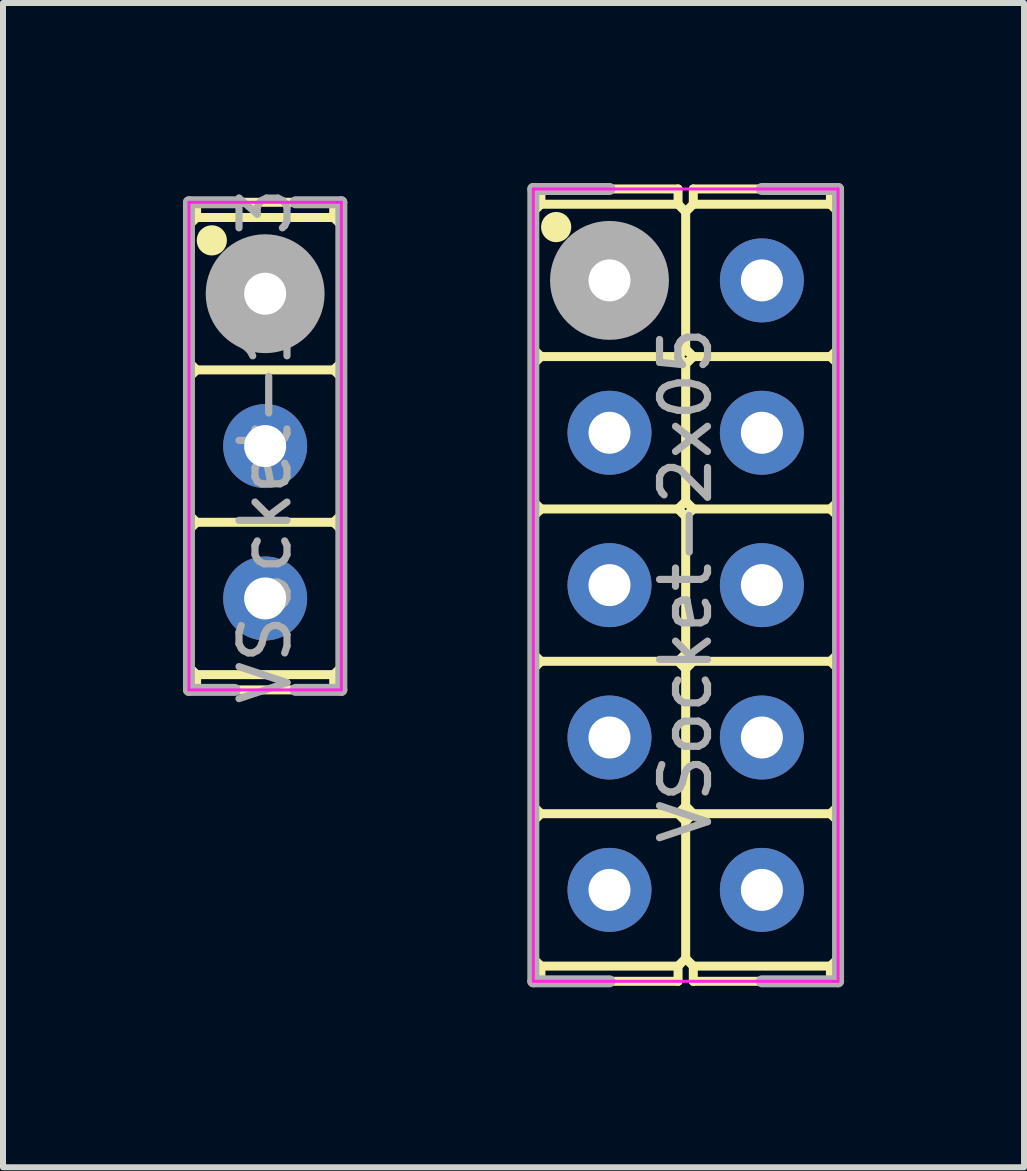
<source format=kicad_pcb>
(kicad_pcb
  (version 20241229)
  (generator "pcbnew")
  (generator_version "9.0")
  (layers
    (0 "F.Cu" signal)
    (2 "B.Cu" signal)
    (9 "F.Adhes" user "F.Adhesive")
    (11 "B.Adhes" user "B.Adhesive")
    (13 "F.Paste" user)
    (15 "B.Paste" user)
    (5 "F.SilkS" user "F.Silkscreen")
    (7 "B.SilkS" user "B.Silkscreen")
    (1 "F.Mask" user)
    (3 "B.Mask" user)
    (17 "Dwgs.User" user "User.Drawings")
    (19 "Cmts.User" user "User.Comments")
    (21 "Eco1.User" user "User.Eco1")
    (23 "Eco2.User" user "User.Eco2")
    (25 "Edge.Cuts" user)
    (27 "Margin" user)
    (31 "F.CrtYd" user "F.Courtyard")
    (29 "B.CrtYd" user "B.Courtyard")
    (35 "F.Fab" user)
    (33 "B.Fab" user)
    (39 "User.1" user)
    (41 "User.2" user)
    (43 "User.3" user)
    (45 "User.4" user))
  (footprint "VSocket-1x03"
    (layer "F.Cu")
    (at 1.37 4.386)
    (property "Reference" "VSocket-1x03" (at 0 0 90) (layer "F.Fab") (effects (font (size 0.8 0.8) (thickness 0.12))))
    (attr through_hole)
    (fp_line (start -1.27 -3.683) (end -1.143 -3.81) (stroke (width 0.15) (type solid)) (layer "F.SilkS"))
    (fp_line (start -1.27 -1.397) (end -1.27 -3.683) (stroke (width 0.15) (type solid)) (layer "F.SilkS"))
    (fp_line (start -1.27 -1.143) (end -1.143 -1.27) (stroke (width 0.15) (type solid)) (layer "F.SilkS"))
    (fp_line (start -1.27 1.143) (end -1.27 -1.143) (stroke (width 0.15) (type solid)) (layer "F.SilkS"))
    (fp_line (start -1.27 1.397) (end -1.143 1.27) (stroke (width 0.15) (type solid)) (layer "F.SilkS"))
    (fp_line (start -1.27 3.683) (end -1.27 1.397) (stroke (width 0.15) (type solid)) (layer "F.SilkS"))
    (fp_line (start -1.143 -4.064) (end 1.143 -4.064) (stroke (width 0.15) (type solid)) (layer "F.SilkS"))
    (fp_line (start -1.143 -3.81) (end -1.143 -4.064) (stroke (width 0.15) (type solid)) (layer "F.SilkS"))
    (fp_line (start -1.143 -1.27) (end -1.27 -1.397) (stroke (width 0.15) (type solid)) (layer "F.SilkS"))
    (fp_line (start -1.143 1.27) (end -1.27 1.143) (stroke (width 0.15) (type solid)) (layer "F.SilkS"))
    (fp_line (start -1.143 3.81) (end -1.27 3.683) (stroke (width 0.15) (type solid)) (layer "F.SilkS"))
    (fp_line (start -1.143 3.81) (end -1.143 4.064) (stroke (width 0.15) (type solid)) (layer "F.SilkS"))
    (fp_line (start -1.143 4.064) (end 1.143 4.064) (stroke (width 0.15) (type solid)) (layer "F.SilkS"))
    (fp_line (start 1.143 -4.064) (end 1.143 -3.81) (stroke (width 0.15) (type solid)) (layer "F.SilkS"))
    (fp_line (start 1.143 -3.81) (end -1.143 -3.81) (stroke (width 0.15) (type solid)) (layer "F.SilkS"))
    (fp_line (start 1.143 -1.27) (end -1.143 -1.27) (stroke (width 0.15) (type solid)) (layer "F.SilkS"))
    (fp_line (start 1.143 1.27) (end -1.143 1.27) (stroke (width 0.15) (type solid)) (layer "F.SilkS"))
    (fp_line (start 1.143 3.81) (end -1.143 3.81) (stroke (width 0.15) (type solid)) (layer "F.SilkS"))
    (fp_line (start 1.143 4.064) (end 1.143 3.81) (stroke (width 0.15) (type solid)) (layer "F.SilkS"))
    (fp_line (start 1.27 -3.683) (end 1.143 -3.81) (stroke (width 0.15) (type solid)) (layer "F.SilkS"))
    (fp_line (start 1.27 -1.397) (end 1.143 -1.27) (stroke (width 0.15) (type solid)) (layer "F.SilkS"))
    (fp_line (start 1.27 -1.397) (end 1.27 -3.683) (stroke (width 0.15) (type solid)) (layer "F.SilkS"))
    (fp_line (start 1.27 -1.143) (end 1.143 -1.27) (stroke (width 0.15) (type solid)) (layer "F.SilkS"))
    (fp_line (start 1.27 1.143) (end 1.143 1.27) (stroke (width 0.15) (type solid)) (layer "F.SilkS"))
    (fp_line (start 1.27 1.143) (end 1.27 -1.143) (stroke (width 0.15) (type solid)) (layer "F.SilkS"))
    (fp_line (start 1.27 1.397) (end 1.143 1.27) (stroke (width 0.15) (type solid)) (layer "F.SilkS"))
    (fp_line (start 1.27 3.683) (end 1.143 3.81) (stroke (width 0.15) (type solid)) (layer "F.SilkS"))
    (fp_line (start 1.27 3.683) (end 1.27 1.397) (stroke (width 0.15) (type solid)) (layer "F.SilkS"))
    (fp_circle (center -0.889 -3.429) (end -0.762 -3.429) (stroke (width 0.25) (type solid)) (fill no) (layer "F.SilkS"))
    (fp_line (start -1.27 -4.064) (end 1.27 -4.064) (stroke (width 0.05) (type solid)) (layer "F.CrtYd"))
    (fp_line (start -1.27 4.064) (end -1.27 -4.064) (stroke (width 0.05) (type solid)) (layer "F.CrtYd"))
    (fp_line (start 1.27 -4.064) (end 1.27 4.064) (stroke (width 0.05) (type solid)) (layer "F.CrtYd"))
    (fp_line (start 1.27 4.064) (end -1.27 4.064) (stroke (width 0.05) (type solid)) (layer "F.CrtYd"))
    (fp_line (start -1.27 -4.064) (end -1.27 4.064) (stroke (width 0.2) (type solid)) (layer "F.Fab"))
    (fp_line (start -0.508 -4.064) (end -1.27 -4.064) (stroke (width 0.2) (type solid)) (layer "F.Fab"))
    (fp_line (start -0.508 4.064) (end -1.27 4.064) (stroke (width 0.2) (type solid)) (layer "F.Fab"))
    (fp_line (start 1.27 -4.064) (end 0.508 -4.064) (stroke (width 0.2) (type solid)) (layer "F.Fab"))
    (fp_line (start 1.27 4.064) (end 0.508 4.064) (stroke (width 0.2) (type solid)) (layer "F.Fab"))
    (fp_line (start 1.27 4.064) (end 1.27 -4.064) (stroke (width 0.2) (type solid)) (layer "F.Fab"))
    (fp_circle (center 0 -2.54) (end 0 -2.349) (stroke (width 0.8) (type solid)) (fill no) (layer "F.Fab"))
    (pad "1" thru_hole circle (at 0 -2.54) (size 1.4 1.4) (drill 0.7) (layers "*.Cu" "*.Mask"))
    (pad "2" thru_hole circle (at 0 0) (size 1.4 1.4) (drill 0.7) (layers "*.Cu" "*.Mask"))
    (pad "3" thru_hole circle (at 0 2.54) (size 1.4 1.4) (drill 0.7) (layers "*.Cu" "*.Mask")))
  (footprint "VSocket-2x05"
    (layer "F.Cu")
    (at 8.38 6.704)
    (property "Reference" "VSocket-2x05" (at 0 0 90) (layer "F.Fab") (effects (font (size 0.8 0.8) (thickness 0.12))))
    (attr through_hole)
    (fp_line (start -2.54 -6.223) (end -2.413 -6.35) (stroke (width 0.15) (type solid)) (layer "F.SilkS"))
    (fp_line (start -2.54 -3.937) (end -2.54 -6.223) (stroke (width 0.15) (type solid)) (layer "F.SilkS"))
    (fp_line (start -2.54 -3.683) (end -2.413 -3.81) (stroke (width 0.15) (type solid)) (layer "F.SilkS"))
    (fp_line (start -2.54 -1.397) (end -2.54 -3.683) (stroke (width 0.15) (type solid)) (layer "F.SilkS"))
    (fp_line (start -2.54 -1.143) (end -2.413 -1.27) (stroke (width 0.15) (type solid)) (layer "F.SilkS"))
    (fp_line (start -2.54 1.143) (end -2.54 -1.143) (stroke (width 0.15) (type solid)) (layer "F.SilkS"))
    (fp_line (start -2.54 1.397) (end -2.413 1.27) (stroke (width 0.15) (type solid)) (layer "F.SilkS"))
    (fp_line (start -2.54 3.683) (end -2.54 1.397) (stroke (width 0.15) (type solid)) (layer "F.SilkS"))
    (fp_line (start -2.54 3.937) (end -2.413 3.81) (stroke (width 0.15) (type solid)) (layer "F.SilkS"))
    (fp_line (start -2.54 6.223) (end -2.54 3.937) (stroke (width 0.15) (type solid)) (layer "F.SilkS"))
    (fp_line (start -2.413 -6.604) (end -0.127 -6.604) (stroke (width 0.15) (type solid)) (layer "F.SilkS"))
    (fp_line (start -2.413 -6.35) (end -2.413 -6.604) (stroke (width 0.15) (type solid)) (layer "F.SilkS"))
    (fp_line (start -2.413 -3.81) (end -2.54 -3.937) (stroke (width 0.15) (type solid)) (layer "F.SilkS"))
    (fp_line (start -2.413 -1.27) (end -2.54 -1.397) (stroke (width 0.15) (type solid)) (layer "F.SilkS"))
    (fp_line (start -2.413 1.27) (end -2.54 1.143) (stroke (width 0.15) (type solid)) (layer "F.SilkS"))
    (fp_line (start -2.413 3.81) (end -2.54 3.683) (stroke (width 0.15) (type solid)) (layer "F.SilkS"))
    (fp_line (start -2.413 6.35) (end -2.54 6.223) (stroke (width 0.15) (type solid)) (layer "F.SilkS"))
    (fp_line (start -2.413 6.35) (end -2.413 6.604) (stroke (width 0.15) (type solid)) (layer "F.SilkS"))
    (fp_line (start -2.413 6.604) (end -0.127 6.604) (stroke (width 0.15) (type solid)) (layer "F.SilkS"))
    (fp_line (start -0.127 -6.604) (end -0.127 -6.35) (stroke (width 0.15) (type solid)) (layer "F.SilkS"))
    (fp_line (start -0.127 -6.35) (end -2.413 -6.35) (stroke (width 0.15) (type solid)) (layer "F.SilkS"))
    (fp_line (start -0.127 -3.81) (end -2.413 -3.81) (stroke (width 0.15) (type solid)) (layer "F.SilkS"))
    (fp_line (start -0.127 -1.27) (end -2.413 -1.27) (stroke (width 0.15) (type solid)) (layer "F.SilkS"))
    (fp_line (start -0.127 1.27) (end -2.413 1.27) (stroke (width 0.15) (type solid)) (layer "F.SilkS"))
    (fp_line (start -0.127 3.81) (end -2.413 3.81) (stroke (width 0.15) (type solid)) (layer "F.SilkS"))
    (fp_line (start -0.127 6.35) (end -2.413 6.35) (stroke (width 0.15) (type solid)) (layer "F.SilkS"))
    (fp_line (start -0.127 6.35) (end 0 6.223) (stroke (width 0.15) (type solid)) (layer "F.SilkS"))
    (fp_line (start -0.127 6.604) (end -0.127 6.35) (stroke (width 0.15) (type solid)) (layer "F.SilkS"))
    (fp_line (start 0 -6.223) (end -0.127 -6.35) (stroke (width 0.15) (type solid)) (layer "F.SilkS"))
    (fp_line (start 0 -6.223) (end 0.127 -6.35) (stroke (width 0.15) (type solid)) (layer "F.SilkS"))
    (fp_line (start 0 -3.937) (end -0.127 -3.81) (stroke (width 0.15) (type solid)) (layer "F.SilkS"))
    (fp_line (start 0 -3.937) (end 0 -6.223) (stroke (width 0.15) (type solid)) (layer "F.SilkS"))
    (fp_line (start 0 -3.937) (end 0.127 -3.81) (stroke (width 0.15) (type solid)) (layer "F.SilkS"))
    (fp_line (start 0 -3.683) (end -0.127 -3.81) (stroke (width 0.15) (type solid)) (layer "F.SilkS"))
    (fp_line (start 0 -3.683) (end 0.127 -3.81) (stroke (width 0.15) (type solid)) (layer "F.SilkS"))
    (fp_line (start 0 -1.397) (end -0.127 -1.27) (stroke (width 0.15) (type solid)) (layer "F.SilkS"))
    (fp_line (start 0 -1.397) (end 0 -3.683) (stroke (width 0.15) (type solid)) (layer "F.SilkS"))
    (fp_line (start 0 -1.397) (end 0.127 -1.27) (stroke (width 0.15) (type solid)) (layer "F.SilkS"))
    (fp_line (start 0 -1.143) (end -0.127 -1.27) (stroke (width 0.15) (type solid)) (layer "F.SilkS"))
    (fp_line (start 0 -1.143) (end 0.127 -1.27) (stroke (width 0.15) (type solid)) (layer "F.SilkS"))
    (fp_line (start 0 1.143) (end -0.127 1.27) (stroke (width 0.15) (type solid)) (layer "F.SilkS"))
    (fp_line (start 0 1.143) (end 0 -1.143) (stroke (width 0.15) (type solid)) (layer "F.SilkS"))
    (fp_line (start 0 1.143) (end 0.127 1.27) (stroke (width 0.15) (type solid)) (layer "F.SilkS"))
    (fp_line (start 0 1.397) (end -0.127 1.27) (stroke (width 0.15) (type solid)) (layer "F.SilkS"))
    (fp_line (start 0 1.397) (end 0.127 1.27) (stroke (width 0.15) (type solid)) (layer "F.SilkS"))
    (fp_line (start 0 3.683) (end -0.127 3.81) (stroke (width 0.15) (type solid)) (layer "F.SilkS"))
    (fp_line (start 0 3.683) (end 0 1.397) (stroke (width 0.15) (type solid)) (layer "F.SilkS"))
    (fp_line (start 0 3.683) (end 0.127 3.81) (stroke (width 0.15) (type solid)) (layer "F.SilkS"))
    (fp_line (start 0 3.937) (end -0.127 3.81) (stroke (width 0.15) (type solid)) (layer "F.SilkS"))
    (fp_line (start 0 3.937) (end 0.127 3.81) (stroke (width 0.15) (type solid)) (layer "F.SilkS"))
    (fp_line (start 0 6.223) (end 0 3.937) (stroke (width 0.15) (type solid)) (layer "F.SilkS"))
    (fp_line (start 0.127 -6.604) (end 2.413 -6.604) (stroke (width 0.15) (type solid)) (layer "F.SilkS"))
    (fp_line (start 0.127 -6.35) (end 0.127 -6.604) (stroke (width 0.15) (type solid)) (layer "F.SilkS"))
    (fp_line (start 0.127 -3.81) (end 2.413 -3.81) (stroke (width 0.15) (type solid)) (layer "F.SilkS"))
    (fp_line (start 0.127 -1.27) (end 2.413 -1.27) (stroke (width 0.15) (type solid)) (layer "F.SilkS"))
    (fp_line (start 0.127 1.27) (end 2.413 1.27) (stroke (width 0.15) (type solid)) (layer "F.SilkS"))
    (fp_line (start 0.127 3.81) (end 2.413 3.81) (stroke (width 0.15) (type solid)) (layer "F.SilkS"))
    (fp_line (start 0.127 6.35) (end 0 6.223) (stroke (width 0.15) (type solid)) (layer "F.SilkS"))
    (fp_line (start 0.127 6.35) (end 2.413 6.35) (stroke (width 0.15) (type solid)) (layer "F.SilkS"))
    (fp_line (start 0.127 6.604) (end 0.127 6.35) (stroke (width 0.15) (type solid)) (layer "F.SilkS"))
    (fp_line (start 0.127 6.604) (end 2.413 6.604) (stroke (width 0.15) (type solid)) (layer "F.SilkS"))
    (fp_line (start 2.413 -6.604) (end 2.413 -6.35) (stroke (width 0.15) (type solid)) (layer "F.SilkS"))
    (fp_line (start 2.413 -6.35) (end 0.127 -6.35) (stroke (width 0.15) (type solid)) (layer "F.SilkS"))
    (fp_line (start 2.413 -3.81) (end 2.54 -3.937) (stroke (width 0.15) (type solid)) (layer "F.SilkS"))
    (fp_line (start 2.413 -1.27) (end 2.54 -1.397) (stroke (width 0.15) (type solid)) (layer "F.SilkS"))
    (fp_line (start 2.413 1.27) (end 2.54 1.143) (stroke (width 0.15) (type solid)) (layer "F.SilkS"))
    (fp_line (start 2.413 3.81) (end 2.54 3.683) (stroke (width 0.15) (type solid)) (layer "F.SilkS"))
    (fp_line (start 2.413 6.35) (end 2.54 6.223) (stroke (width 0.15) (type solid)) (layer "F.SilkS"))
    (fp_line (start 2.413 6.604) (end 2.413 6.35) (stroke (width 0.15) (type solid)) (layer "F.SilkS"))
    (fp_line (start 2.54 -6.223) (end 2.413 -6.35) (stroke (width 0.15) (type solid)) (layer "F.SilkS"))
    (fp_line (start 2.54 -3.937) (end 2.54 -6.223) (stroke (width 0.15) (type solid)) (layer "F.SilkS"))
    (fp_line (start 2.54 -3.683) (end 2.413 -3.81) (stroke (width 0.15) (type solid)) (layer "F.SilkS"))
    (fp_line (start 2.54 -1.397) (end 2.54 -3.683) (stroke (width 0.15) (type solid)) (layer "F.SilkS"))
    (fp_line (start 2.54 -1.143) (end 2.413 -1.27) (stroke (width 0.15) (type solid)) (layer "F.SilkS"))
    (fp_line (start 2.54 1.143) (end 2.54 -1.143) (stroke (width 0.15) (type solid)) (layer "F.SilkS"))
    (fp_line (start 2.54 1.397) (end 2.413 1.27) (stroke (width 0.15) (type solid)) (layer "F.SilkS"))
    (fp_line (start 2.54 3.683) (end 2.54 1.397) (stroke (width 0.15) (type solid)) (layer "F.SilkS"))
    (fp_line (start 2.54 3.937) (end 2.413 3.81) (stroke (width 0.15) (type solid)) (layer "F.SilkS"))
    (fp_line (start 2.54 6.223) (end 2.54 3.937) (stroke (width 0.15) (type solid)) (layer "F.SilkS"))
    (fp_circle (center -2.159 -5.969) (end -2.032 -5.969) (stroke (width 0.25) (type solid)) (fill no) (layer "F.SilkS"))
    (fp_line (start -2.54 -6.604) (end -2.54 6.604) (stroke (width 0.05) (type solid)) (layer "F.CrtYd"))
    (fp_line (start -2.54 -6.604) (end 2.54 -6.604) (stroke (width 0.05) (type solid)) (layer "F.CrtYd"))
    (fp_line (start -2.54 6.604) (end 2.54 6.604) (stroke (width 0.05) (type solid)) (layer "F.CrtYd"))
    (fp_line (start 2.54 -6.604) (end 2.54 6.604) (stroke (width 0.05) (type solid)) (layer "F.CrtYd"))
    (fp_line (start -2.54 6.604) (end -2.54 -6.604) (stroke (width 0.2) (type solid)) (layer "F.Fab"))
    (fp_line (start -1.27 -6.604) (end -2.54 -6.604) (stroke (width 0.2) (type solid)) (layer "F.Fab"))
    (fp_line (start -1.27 6.604) (end -2.54 6.604) (stroke (width 0.2) (type solid)) (layer "F.Fab"))
    (fp_line (start 2.54 -6.604) (end 1.27 -6.604) (stroke (width 0.2) (type solid)) (layer "F.Fab"))
    (fp_line (start 2.54 6.604) (end 1.27 6.604) (stroke (width 0.2) (type solid)) (layer "F.Fab"))
    (fp_line (start 2.54 6.604) (end 2.54 -6.604) (stroke (width 0.2) (type solid)) (layer "F.Fab"))
    (fp_circle (center -1.27 -5.08) (end -1.27 -4.889) (stroke (width 0.8) (type solid)) (fill no) (layer "F.Fab"))
    (pad "1" thru_hole circle (at -1.27 -5.08) (size 1.4 1.4) (drill 0.7) (layers "*.Cu" "*.Mask"))
    (pad "2" thru_hole circle (at 1.27 -5.08) (size 1.4 1.4) (drill 0.7) (layers "*.Cu" "*.Mask"))
    (pad "3" thru_hole circle (at -1.27 -2.54) (size 1.4 1.4) (drill 0.7) (layers "*.Cu" "*.Mask"))
    (pad "4" thru_hole circle (at 1.27 -2.54) (size 1.4 1.4) (drill 0.7) (layers "*.Cu" "*.Mask"))
    (pad "5" thru_hole circle (at -1.27 0) (size 1.4 1.4) (drill 0.7) (layers "*.Cu" "*.Mask"))
    (pad "6" thru_hole circle (at 1.27 0) (size 1.4 1.4) (drill 0.7) (layers "*.Cu" "*.Mask"))
    (pad "7" thru_hole circle (at -1.27 2.54) (size 1.4 1.4) (drill 0.7) (layers "*.Cu" "*.Mask"))
    (pad "8" thru_hole circle (at 1.27 2.54) (size 1.4 1.4) (drill 0.7) (layers "*.Cu" "*.Mask"))
    (pad "9" thru_hole circle (at -1.27 5.08) (size 1.4 1.4) (drill 0.7) (layers "*.Cu" "*.Mask"))
    (pad "10" thru_hole circle (at 1.27 5.08) (size 1.4 1.4) (drill 0.7) (layers "*.Cu" "*.Mask")))
  (gr_rect
    (start -3 -3)
    (end 14.02 16.408)
    (stroke (width 0.1) (type default))
    (fill no)
    (layer "Edge.Cuts")))
</source>
